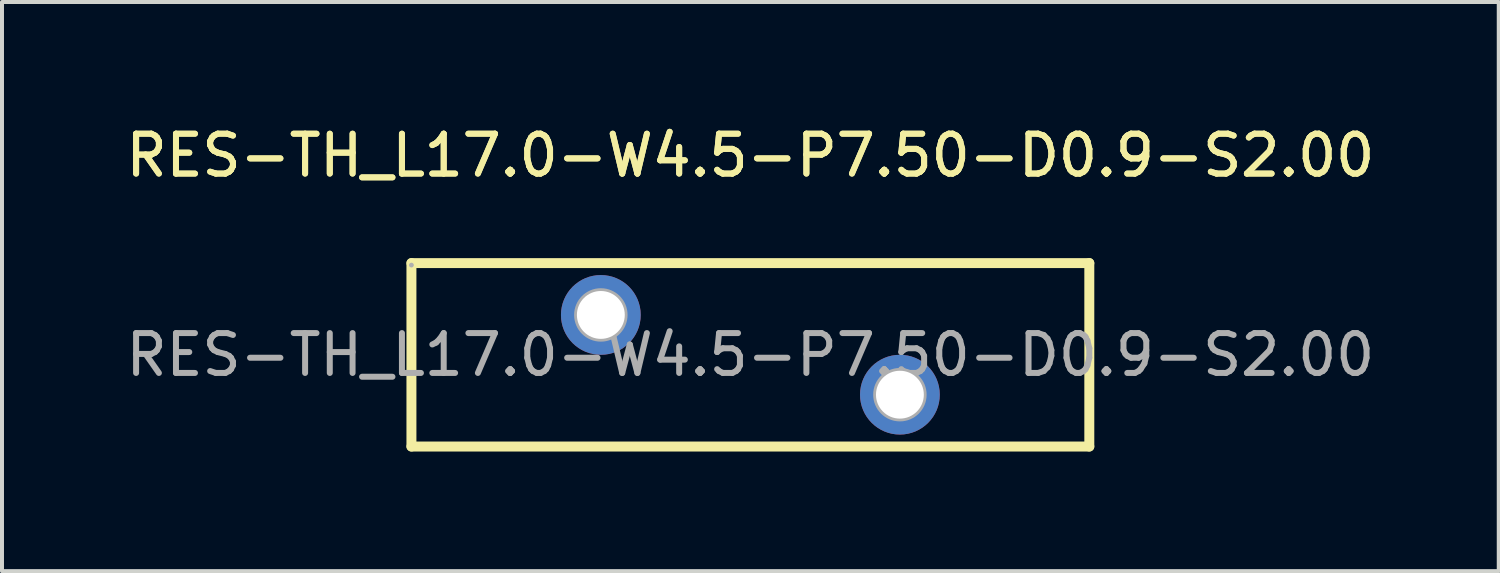
<source format=kicad_pcb>
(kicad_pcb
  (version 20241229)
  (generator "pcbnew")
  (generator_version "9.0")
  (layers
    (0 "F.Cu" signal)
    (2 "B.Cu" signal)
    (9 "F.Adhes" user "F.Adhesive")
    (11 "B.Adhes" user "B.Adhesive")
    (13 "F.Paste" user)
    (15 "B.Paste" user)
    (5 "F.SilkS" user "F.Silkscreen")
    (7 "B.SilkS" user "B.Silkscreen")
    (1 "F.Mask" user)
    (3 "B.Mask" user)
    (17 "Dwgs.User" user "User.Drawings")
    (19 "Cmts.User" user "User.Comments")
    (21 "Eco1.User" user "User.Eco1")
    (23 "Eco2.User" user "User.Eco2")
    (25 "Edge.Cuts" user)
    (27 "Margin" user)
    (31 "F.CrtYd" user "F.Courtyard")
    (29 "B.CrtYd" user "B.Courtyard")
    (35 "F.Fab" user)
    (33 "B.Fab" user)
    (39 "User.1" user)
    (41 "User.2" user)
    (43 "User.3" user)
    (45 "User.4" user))
  (footprint "RES-TH_L17.0-W4.5-P7.50-D0.9-S2.00"
    (layer "F.Cu")
    (at 15.768 5.848)
    (property "Reference" "RES-TH_L17.0-W4.5-P7.50-D0.9-S2.00" (at 0 -5 0) (layer "F.SilkS") (effects (font (size 1 1) (thickness 0.15))))
    (attr through_hole)
    (fp_line (start -8.5 -2.3) (end -8.5 2.3) (stroke (width 0.25) (type solid)) (layer "F.SilkS"))
    (fp_line (start -8.5 -2.3) (end 8.5 -2.3) (stroke (width 0.25) (type solid)) (layer "F.SilkS"))
    (fp_line (start -8.5 2.3) (end 8.5 2.3) (stroke (width 0.25) (type solid)) (layer "F.SilkS"))
    (fp_line (start 8.5 -2.3) (end 8.5 2.3) (stroke (width 0.25) (type solid)) (layer "F.SilkS"))
    (fp_circle (center -8.5 -2.25) (end -8.47 -2.25) (stroke (width 0.06) (type solid)) (fill no) (layer "F.Fab"))
    (fp_circle (center -3.75 -1) (end -3.53 -1) (stroke (width 0.45) (type solid)) (fill no) (layer "F.Fab"))
    (fp_circle (center 3.75 1) (end 3.97 1) (stroke (width 0.45) (type solid)) (fill no) (layer "F.Fab"))
    (fp_text user "${REFERENCE}" (at 0 -5 0) (layer "F.SilkS") (effects (font (size 1 1) (thickness 0.15))))
    (fp_text user "${REFERENCE}" (at 0 0 0) (layer "F.Fab") (effects (font (size 1 1) (thickness 0.15))))
    (pad "1" thru_hole circle (at -3.75 -1) (size 2 2) (drill 1.2) (layers "*.Cu" "*.Mask"))
    (pad "2" thru_hole circle (at 3.75 1) (size 2 2) (drill 1.2) (layers "*.Cu" "*.Mask")))
  (gr_rect
    (start -3 -3)
    (end 34.536 11.273)
    (stroke (width 0.1) (type default))
    (fill no)
    (layer "Edge.Cuts")))
</source>
